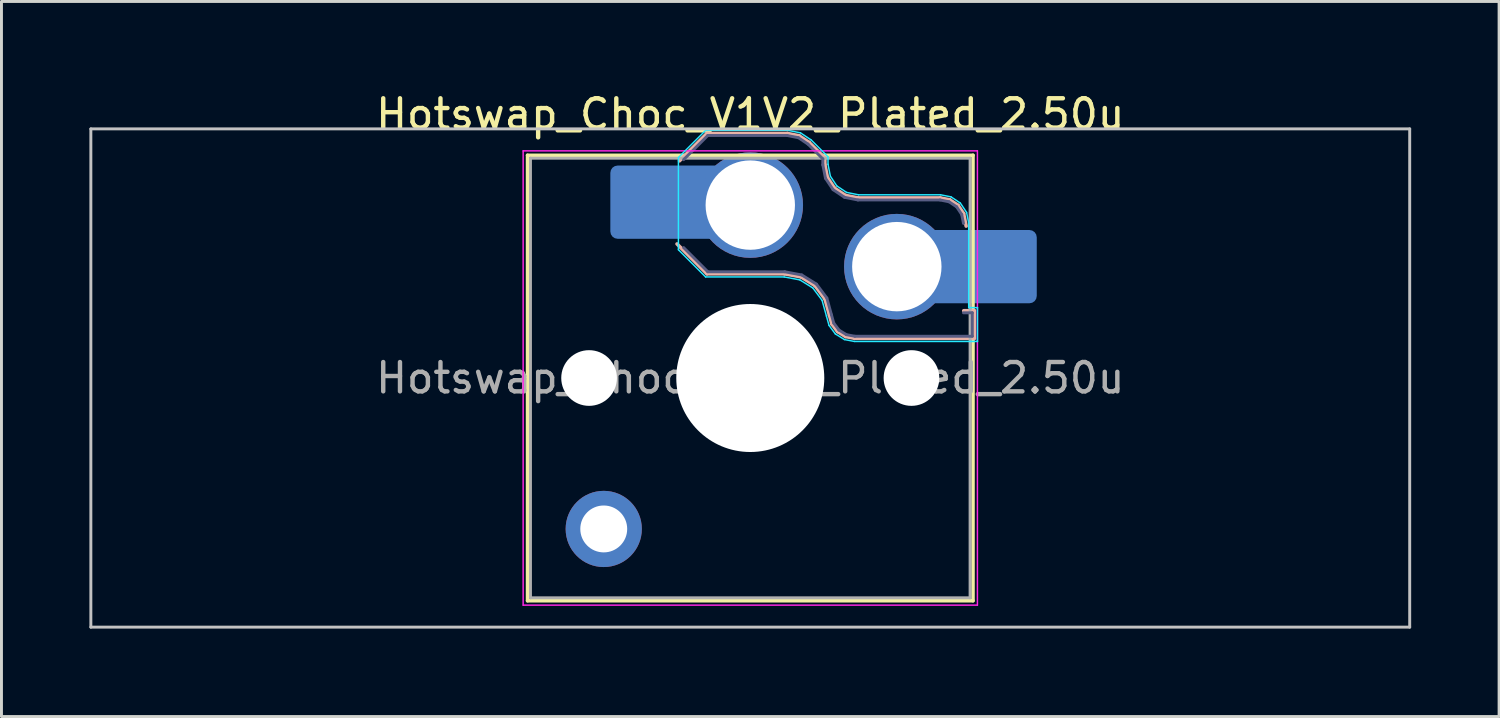
<source format=kicad_pcb>
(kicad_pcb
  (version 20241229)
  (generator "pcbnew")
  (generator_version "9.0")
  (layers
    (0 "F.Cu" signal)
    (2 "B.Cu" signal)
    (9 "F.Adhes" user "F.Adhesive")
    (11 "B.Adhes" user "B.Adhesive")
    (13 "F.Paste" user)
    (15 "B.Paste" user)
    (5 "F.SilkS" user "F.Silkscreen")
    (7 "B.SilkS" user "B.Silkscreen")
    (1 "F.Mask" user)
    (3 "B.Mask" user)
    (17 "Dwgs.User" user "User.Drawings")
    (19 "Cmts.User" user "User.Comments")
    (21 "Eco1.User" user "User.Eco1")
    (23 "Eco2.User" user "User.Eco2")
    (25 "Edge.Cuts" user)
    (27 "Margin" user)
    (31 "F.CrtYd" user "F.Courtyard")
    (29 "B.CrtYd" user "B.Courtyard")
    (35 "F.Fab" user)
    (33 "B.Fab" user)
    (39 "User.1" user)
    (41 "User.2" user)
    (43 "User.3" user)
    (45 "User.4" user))
  (footprint "Hotswap_Choc_V1V2_Plated_2.50u"
    (layer "F.Cu")
    (at 22.55 9.848)
    (property "Reference" "Hotswap_Choc_V1V2_Plated_2.50u" (at 0 -9 0) (layer "F.SilkS") (effects (font (size 1 1) (thickness 0.15))))
    (attr smd)
    (fp_line (start -7.6 -7.6) (end -7.6 7.6) (stroke (width 0.12) (type solid)) (layer "F.SilkS"))
    (fp_line (start -7.6 7.6) (end 7.6 7.6) (stroke (width 0.12) (type solid)) (layer "F.SilkS"))
    (fp_line (start 7.6 -7.6) (end -7.6 -7.6) (stroke (width 0.12) (type solid)) (layer "F.SilkS"))
    (fp_line (start 7.6 7.6) (end 7.6 -7.6) (stroke (width 0.12) (type solid)) (layer "F.SilkS"))
    (fp_line (start -2.416 -7.409) (end -1.479 -8.346) (stroke (width 0.12) (type solid)) (layer "B.SilkS"))
    (fp_line (start -1.479 -8.346) (end 1.268 -8.346) (stroke (width 0.12) (type solid)) (layer "B.SilkS"))
    (fp_line (start -1.479 -3.554) (end -2.5 -4.575) (stroke (width 0.12) (type solid)) (layer "B.SilkS"))
    (fp_line (start 1.168 -3.554) (end -1.479 -3.554) (stroke (width 0.12) (type solid)) (layer "B.SilkS"))
    (fp_line (start 1.268 -8.346) (end 1.671 -8.266) (stroke (width 0.12) (type solid)) (layer "B.SilkS"))
    (fp_line (start 1.671 -8.266) (end 2.013 -8.037) (stroke (width 0.12) (type solid)) (layer "B.SilkS"))
    (fp_line (start 1.73 -3.449) (end 1.168 -3.554) (stroke (width 0.12) (type solid)) (layer "B.SilkS"))
    (fp_line (start 2.013 -8.037) (end 2.546 -7.504) (stroke (width 0.12) (type solid)) (layer "B.SilkS"))
    (fp_line (start 2.209 -3.15) (end 1.73 -3.449) (stroke (width 0.12) (type solid)) (layer "B.SilkS"))
    (fp_line (start 2.546 -7.504) (end 2.546 -7.282) (stroke (width 0.12) (type solid)) (layer "B.SilkS"))
    (fp_line (start 2.546 -7.282) (end 2.633 -6.844) (stroke (width 0.12) (type solid)) (layer "B.SilkS"))
    (fp_line (start 2.547 -2.697) (end 2.209 -3.15) (stroke (width 0.12) (type solid)) (layer "B.SilkS"))
    (fp_line (start 2.633 -6.844) (end 2.877 -6.477) (stroke (width 0.12) (type solid)) (layer "B.SilkS"))
    (fp_line (start 2.701 -2.139) (end 2.547 -2.697) (stroke (width 0.12) (type solid)) (layer "B.SilkS"))
    (fp_line (start 2.783 -1.841) (end 2.701 -2.139) (stroke (width 0.12) (type solid)) (layer "B.SilkS"))
    (fp_line (start 2.877 -6.477) (end 3.244 -6.233) (stroke (width 0.12) (type solid)) (layer "B.SilkS"))
    (fp_line (start 2.976 -1.583) (end 2.783 -1.841) (stroke (width 0.12) (type solid)) (layer "B.SilkS"))
    (fp_line (start 3.244 -6.233) (end 3.682 -6.146) (stroke (width 0.12) (type solid)) (layer "B.SilkS"))
    (fp_line (start 3.25 -1.413) (end 2.976 -1.583) (stroke (width 0.12) (type solid)) (layer "B.SilkS"))
    (fp_line (start 3.56 -1.354) (end 3.25 -1.413) (stroke (width 0.12) (type solid)) (layer "B.SilkS"))
    (fp_line (start 3.682 -6.146) (end 6.482 -6.146) (stroke (width 0.12) (type solid)) (layer "B.SilkS"))
    (fp_line (start 6.482 -6.146) (end 6.809 -6.081) (stroke (width 0.12) (type solid)) (layer "B.SilkS"))
    (fp_line (start 6.809 -6.081) (end 7.092 -5.892) (stroke (width 0.12) (type solid)) (layer "B.SilkS"))
    (fp_line (start 7.092 -5.892) (end 7.281 -5.609) (stroke (width 0.12) (type solid)) (layer "B.SilkS"))
    (fp_line (start 7.281 -5.609) (end 7.366 -5.182) (stroke (width 0.12) (type solid)) (layer "B.SilkS"))
    (fp_line (start 7.283 -2.296) (end 7.646 -2.296) (stroke (width 0.12) (type solid)) (layer "B.SilkS"))
    (fp_line (start 7.646 -2.296) (end 7.646 -1.354) (stroke (width 0.12) (type solid)) (layer "B.SilkS"))
    (fp_line (start 7.646 -1.354) (end 3.56 -1.354) (stroke (width 0.12) (type solid)) (layer "B.SilkS"))
    (fp_line (start -22.5 -8.5) (end -22.5 8.5) (stroke (width 0.1) (type solid)) (layer "Dwgs.User"))
    (fp_line (start -22.5 8.5) (end 22.5 8.5) (stroke (width 0.1) (type solid)) (layer "Dwgs.User"))
    (fp_line (start 22.5 -8.5) (end -22.5 -8.5) (stroke (width 0.1) (type solid)) (layer "Dwgs.User"))
    (fp_line (start 22.5 8.5) (end 22.5 -8.5) (stroke (width 0.1) (type solid)) (layer "Dwgs.User"))
    (fp_line (start -7.25 -7.25) (end -7.25 7.25) (stroke (width 0.1) (type solid)) (layer "Eco1.User"))
    (fp_line (start -7.25 7.25) (end 7.25 7.25) (stroke (width 0.1) (type solid)) (layer "Eco1.User"))
    (fp_line (start 7.25 -7.25) (end -7.25 -7.25) (stroke (width 0.1) (type solid)) (layer "Eco1.User"))
    (fp_line (start 7.25 7.25) (end 7.25 -7.25) (stroke (width 0.1) (type solid)) (layer "Eco1.User"))
    (fp_line (start -2.452 -7.523) (end -1.523 -8.452) (stroke (width 0.05) (type solid)) (layer "B.CrtYd"))
    (fp_line (start -2.452 -4.377) (end -2.452 -7.523) (stroke (width 0.05) (type solid)) (layer "B.CrtYd"))
    (fp_line (start -1.523 -8.452) (end 1.278 -8.452) (stroke (width 0.05) (type solid)) (layer "B.CrtYd"))
    (fp_line (start -1.523 -3.448) (end -2.452 -4.377) (stroke (width 0.05) (type solid)) (layer "B.CrtYd"))
    (fp_line (start 1.159 -3.448) (end -1.523 -3.448) (stroke (width 0.05) (type solid)) (layer "B.CrtYd"))
    (fp_line (start 1.278 -8.452) (end 1.712 -8.366) (stroke (width 0.05) (type solid)) (layer "B.CrtYd"))
    (fp_line (start 1.691 -3.348) (end 1.159 -3.448) (stroke (width 0.05) (type solid)) (layer "B.CrtYd"))
    (fp_line (start 1.712 -8.366) (end 2.081 -8.119) (stroke (width 0.05) (type solid)) (layer "B.CrtYd"))
    (fp_line (start 2.081 -8.119) (end 2.652 -7.548) (stroke (width 0.05) (type solid)) (layer "B.CrtYd"))
    (fp_line (start 2.136 -3.071) (end 1.691 -3.348) (stroke (width 0.05) (type solid)) (layer "B.CrtYd"))
    (fp_line (start 2.45 -2.65) (end 2.136 -3.071) (stroke (width 0.05) (type solid)) (layer "B.CrtYd"))
    (fp_line (start 2.599 -2.111) (end 2.45 -2.65) (stroke (width 0.05) (type solid)) (layer "B.CrtYd"))
    (fp_line (start 2.652 -7.548) (end 2.652 -7.292) (stroke (width 0.05) (type solid)) (layer "B.CrtYd"))
    (fp_line (start 2.652 -7.292) (end 2.733 -6.885) (stroke (width 0.05) (type solid)) (layer "B.CrtYd"))
    (fp_line (start 2.687 -1.794) (end 2.599 -2.111) (stroke (width 0.05) (type solid)) (layer "B.CrtYd"))
    (fp_line (start 2.733 -6.885) (end 2.953 -6.553) (stroke (width 0.05) (type solid)) (layer "B.CrtYd"))
    (fp_line (start 2.903 -1.503) (end 2.687 -1.794) (stroke (width 0.05) (type solid)) (layer "B.CrtYd"))
    (fp_line (start 2.953 -6.553) (end 3.285 -6.333) (stroke (width 0.05) (type solid)) (layer "B.CrtYd"))
    (fp_line (start 3.211 -1.312) (end 2.903 -1.503) (stroke (width 0.05) (type solid)) (layer "B.CrtYd"))
    (fp_line (start 3.285 -6.333) (end 3.692 -6.252) (stroke (width 0.05) (type solid)) (layer "B.CrtYd"))
    (fp_line (start 3.55 -1.248) (end 3.211 -1.312) (stroke (width 0.05) (type solid)) (layer "B.CrtYd"))
    (fp_line (start 3.692 -6.252) (end 6.492 -6.252) (stroke (width 0.05) (type solid)) (layer "B.CrtYd"))
    (fp_line (start 6.492 -6.252) (end 6.85 -6.181) (stroke (width 0.05) (type solid)) (layer "B.CrtYd"))
    (fp_line (start 6.85 -6.181) (end 7.168 -5.968) (stroke (width 0.05) (type solid)) (layer "B.CrtYd"))
    (fp_line (start 7.168 -5.968) (end 7.381 -5.65) (stroke (width 0.05) (type solid)) (layer "B.CrtYd"))
    (fp_line (start 7.381 -5.65) (end 7.452 -5.292) (stroke (width 0.05) (type solid)) (layer "B.CrtYd"))
    (fp_line (start 7.452 -5.292) (end 7.452 -2.402) (stroke (width 0.05) (type solid)) (layer "B.CrtYd"))
    (fp_line (start 7.452 -2.402) (end 7.752 -2.402) (stroke (width 0.05) (type solid)) (layer "B.CrtYd"))
    (fp_line (start 7.752 -2.402) (end 7.752 -1.248) (stroke (width 0.05) (type solid)) (layer "B.CrtYd"))
    (fp_line (start 7.752 -1.248) (end 3.55 -1.248) (stroke (width 0.05) (type solid)) (layer "B.CrtYd"))
    (fp_line (start -7.75 -7.75) (end -7.75 7.75) (stroke (width 0.05) (type solid)) (layer "F.CrtYd"))
    (fp_line (start -7.75 7.75) (end 7.75 7.75) (stroke (width 0.05) (type solid)) (layer "F.CrtYd"))
    (fp_line (start 7.75 -7.75) (end -7.75 -7.75) (stroke (width 0.05) (type solid)) (layer "F.CrtYd"))
    (fp_line (start 7.75 7.75) (end 7.75 -7.75) (stroke (width 0.05) (type solid)) (layer "F.CrtYd"))
    (fp_line (start -2.275 -7.45) (end -1.45 -8.275) (stroke (width 0.1) (type solid)) (layer "B.Fab"))
    (fp_line (start -1.45 -8.275) (end 1.261 -8.275) (stroke (width 0.1) (type solid)) (layer "B.Fab"))
    (fp_line (start -1.45 -3.625) (end -2.275 -4.45) (stroke (width 0.1) (type solid)) (layer "B.Fab"))
    (fp_line (start 1.175 -3.625) (end -1.45 -3.625) (stroke (width 0.1) (type solid)) (layer "B.Fab"))
    (fp_line (start 1.261 -8.275) (end 1.643 -8.199) (stroke (width 0.1) (type solid)) (layer "B.Fab"))
    (fp_line (start 1.643 -8.199) (end 1.968 -7.982) (stroke (width 0.1) (type solid)) (layer "B.Fab"))
    (fp_line (start 1.756 -3.516) (end 1.175 -3.625) (stroke (width 0.1) (type solid)) (layer "B.Fab"))
    (fp_line (start 1.968 -7.982) (end 2.475 -7.475) (stroke (width 0.1) (type solid)) (layer "B.Fab"))
    (fp_line (start 2.258 -3.203) (end 1.756 -3.516) (stroke (width 0.1) (type solid)) (layer "B.Fab"))
    (fp_line (start 2.475 -7.475) (end 2.475 -7.275) (stroke (width 0.1) (type solid)) (layer "B.Fab"))
    (fp_line (start 2.475 -7.275) (end 2.566 -6.816) (stroke (width 0.1) (type solid)) (layer "B.Fab"))
    (fp_line (start 2.566 -6.816) (end 2.826 -6.426) (stroke (width 0.1) (type solid)) (layer "B.Fab"))
    (fp_line (start 2.612 -2.729) (end 2.258 -3.203) (stroke (width 0.1) (type solid)) (layer "B.Fab"))
    (fp_line (start 2.769 -2.158) (end 2.612 -2.729) (stroke (width 0.1) (type solid)) (layer "B.Fab"))
    (fp_line (start 2.826 -6.426) (end 3.216 -6.166) (stroke (width 0.1) (type solid)) (layer "B.Fab"))
    (fp_line (start 2.848 -1.873) (end 2.769 -2.158) (stroke (width 0.1) (type solid)) (layer "B.Fab"))
    (fp_line (start 3.025 -1.636) (end 2.848 -1.873) (stroke (width 0.1) (type solid)) (layer "B.Fab"))
    (fp_line (start 3.216 -6.166) (end 3.675 -6.075) (stroke (width 0.1) (type solid)) (layer "B.Fab"))
    (fp_line (start 3.276 -1.48) (end 3.025 -1.636) (stroke (width 0.1) (type solid)) (layer "B.Fab"))
    (fp_line (start 3.567 -1.425) (end 3.276 -1.48) (stroke (width 0.1) (type solid)) (layer "B.Fab"))
    (fp_line (start 3.675 -6.075) (end 6.475 -6.075) (stroke (width 0.1) (type solid)) (layer "B.Fab"))
    (fp_line (start 6.475 -6.075) (end 6.781 -6.014) (stroke (width 0.1) (type solid)) (layer "B.Fab"))
    (fp_line (start 6.781 -6.014) (end 7.041 -5.841) (stroke (width 0.1) (type solid)) (layer "B.Fab"))
    (fp_line (start 7.041 -5.841) (end 7.214 -5.581) (stroke (width 0.1) (type solid)) (layer "B.Fab"))
    (fp_line (start 7.214 -5.581) (end 7.275 -5.275) (stroke (width 0.1) (type solid)) (layer "B.Fab"))
    (fp_line (start 7.275 -2.225) (end 7.575 -2.225) (stroke (width 0.1) (type solid)) (layer "B.Fab"))
    (fp_line (start 7.575 -2.225) (end 7.575 -1.425) (stroke (width 0.1) (type solid)) (layer "B.Fab"))
    (fp_line (start 7.575 -1.425) (end 3.567 -1.425) (stroke (width 0.1) (type solid)) (layer "B.Fab"))
    (fp_line (start -7.5 -7.5) (end -7.5 7.5) (stroke (width 0.1) (type solid)) (layer "F.Fab"))
    (fp_line (start -7.5 7.5) (end 7.5 7.5) (stroke (width 0.1) (type solid)) (layer "F.Fab"))
    (fp_line (start 7.5 -7.5) (end -7.5 -7.5) (stroke (width 0.1) (type solid)) (layer "F.Fab"))
    (fp_line (start 7.5 7.5) (end 7.5 -7.5) (stroke (width 0.1) (type solid)) (layer "F.Fab"))
    (fp_text user "${REFERENCE}" (at 0 0 0) (layer "F.Fab") (effects (font (size 1 1) (thickness 0.15))))
    (pad "" np_thru_hole circle (at -5.5 0) (size 1.9 1.9) (drill 1.9) (layers "*.Cu" "*.Mask"))
    (pad "" thru_hole circle (at -5 5.15) (size 2.6 2.6) (drill 1.6) (layers "*.Cu" "*.Mask"))
    (pad "" smd roundrect (at -3.5 -6) (size 2.55 2.5) (layers "B.Mask" "B.Paste") (roundrect_rratio 0.1))
    (pad "" np_thru_hole circle (at 0 0) (size 5.05 5.05) (drill 5.05) (layers "*.Cu" "*.Mask"))
    (pad "" np_thru_hole circle (at 5.5 0) (size 1.9 1.9) (drill 1.9) (layers "*.Cu" "*.Mask"))
    (pad "" smd roundrect (at 8.5 -3.8) (size 2.55 2.5) (layers "B.Mask" "B.Paste") (roundrect_rratio 0.1))
    (pad "1" smd roundrect (at -2.85 -6) (size 3.85 2.5) (layers "B.Cu") (roundrect_rratio 0.1))
    (pad "1" thru_hole circle (at 0 -5.9) (size 3.6 3.6) (drill 3.05) (layers "*.Cu" "*.Mask"))
    (pad "2" thru_hole circle (at 5 -3.8) (size 3.6 3.6) (drill 3.05) (layers "*.Cu" "*.Mask"))
    (pad "2" smd roundrect (at 7.85 -3.8) (size 3.85 2.5) (layers "B.Cu") (roundrect_rratio 0.1)))
  (gr_rect
    (start -3 -3)
    (end 48.1 21.398)
    (stroke (width 0.1) (type default))
    (fill no)
    (layer "Edge.Cuts")))
</source>
